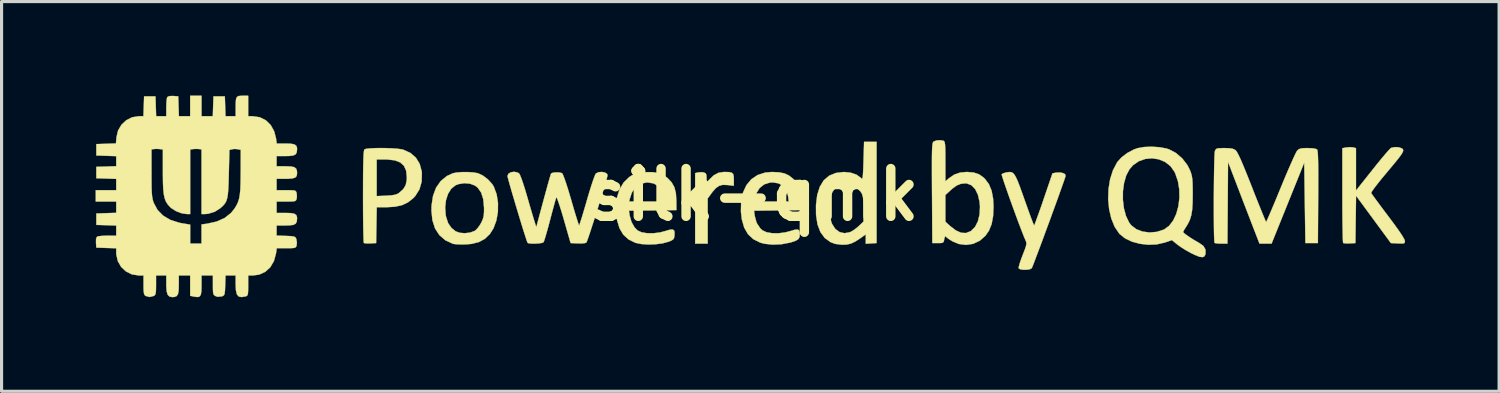
<source format=kicad_pcb>
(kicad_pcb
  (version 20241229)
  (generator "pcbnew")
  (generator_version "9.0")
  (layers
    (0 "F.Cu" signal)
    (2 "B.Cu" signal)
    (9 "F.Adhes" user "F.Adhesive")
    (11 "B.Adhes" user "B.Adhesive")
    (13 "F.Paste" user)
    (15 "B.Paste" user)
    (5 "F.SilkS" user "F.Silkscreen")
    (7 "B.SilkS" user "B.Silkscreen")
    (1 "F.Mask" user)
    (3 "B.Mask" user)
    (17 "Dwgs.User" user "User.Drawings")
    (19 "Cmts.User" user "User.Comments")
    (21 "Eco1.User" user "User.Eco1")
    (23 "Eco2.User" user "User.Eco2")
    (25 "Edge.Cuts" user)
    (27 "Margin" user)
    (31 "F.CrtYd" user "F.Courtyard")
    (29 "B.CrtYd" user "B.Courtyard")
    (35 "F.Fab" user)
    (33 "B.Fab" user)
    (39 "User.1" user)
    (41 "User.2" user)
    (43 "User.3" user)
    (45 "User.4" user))
  (footprint "silk-qmk"
    (layer "F.Cu")
    (at 20.978 3.162)
    (property "Reference" "silk-qmk" (at 0 0 0) (layer "F.SilkS") (effects (font (size 1.524 1.524) (thickness 0.3))))
    (attr through_hole)
    (fp_poly (pts (xy -0.773 -0.722) (xy -0.683 -0.703) (xy -0.636 -0.658) (xy -0.619 -0.574) (xy -0.617 -0.484) (xy -0.617 -0.287) (xy -0.826 -0.31) (xy -0.969 -0.315) (xy -1.085 -0.285) (xy -1.19 -0.213) (xy -1.3 -0.087) (xy -1.346 -0.025) (xy -1.451 0.12) (xy -1.451 1.56) (xy -1.851 1.56) (xy -1.851 -0.688) (xy -1.76 -0.711) (xy -1.65 -0.72) (xy -1.578 -0.711) (xy -1.52 -0.686) (xy -1.493 -0.636) (xy -1.487 -0.537) (xy -1.487 -0.535) (xy -1.485 -0.381) (xy -1.412 -0.47) (xy -1.264 -0.615) (xy -1.11 -0.698) (xy -0.934 -0.726) (xy -0.921 -0.726) (xy -0.773 -0.722)) (stroke (width 0.01) (type solid)) (fill yes) (layer "F.SilkS"))
    (fp_poly (pts (xy 0.823 -0.715) (xy 0.997 -0.68) (xy 1.141 -0.613) (xy 1.274 -0.508) (xy 1.286 -0.497) (xy 1.433 -0.307) (xy 1.523 -0.074) (xy 1.555 0.195) (xy 1.553 0.279) (xy 1.542 0.49) (xy 0.784 0.5) (xy 0.027 0.51) (xy 0.05 0.678) (xy 0.11 0.898) (xy 0.225 1.071) (xy 0.301 1.139) (xy 0.43 1.198) (xy 0.606 1.228) (xy 0.81 1.23) (xy 1.023 1.202) (xy 1.181 1.161) (xy 1.326 1.118) (xy 1.417 1.109) (xy 1.466 1.14) (xy 1.485 1.213) (xy 1.487 1.27) (xy 1.477 1.357) (xy 1.438 1.419) (xy 1.357 1.468) (xy 1.221 1.515) (xy 1.176 1.528) (xy 0.901 1.58) (xy 0.62 1.592) (xy 0.359 1.564) (xy 0.224 1.528) (xy 0.006 1.419) (xy -0.164 1.261) (xy -0.286 1.05) (xy -0.362 0.785) (xy -0.391 0.539) (xy -0.384 0.218) (xy 0.031 0.218) (xy 1.134 0.218) (xy 1.116 0.058) (xy 1.064 -0.132) (xy 0.959 -0.274) (xy 0.81 -0.363) (xy 0.624 -0.394) (xy 0.534 -0.388) (xy 0.35 -0.329) (xy 0.203 -0.211) (xy 0.098 -0.04) (xy 0.055 0.1) (xy 0.031 0.218) (xy -0.384 0.218) (xy -0.383 0.214) (xy -0.324 -0.069) (xy -0.215 -0.306) (xy -0.059 -0.493) (xy 0.141 -0.628) (xy 0.382 -0.706) (xy 0.599 -0.725) (xy 0.823 -0.715)) (stroke (width 0.01) (type solid)) (fill yes) (layer "F.SilkS"))
    (fp_poly (pts (xy -11.708 -1.487) (xy -11.521 -1.48) (xy -11.354 -1.468) (xy -11.222 -1.45) (xy -11.166 -1.438) (xy -10.938 -1.335) (xy -10.761 -1.183) (xy -10.639 -0.984) (xy -10.574 -0.742) (xy -10.569 -0.696) (xy -10.576 -0.419) (xy -10.646 -0.172) (xy -10.78 0.041) (xy -10.844 0.11) (xy -11.015 0.245) (xy -11.207 0.335) (xy -11.437 0.384) (xy -11.705 0.399) (xy -12.009 0.399) (xy -12.029 1.542) (xy -12.212 1.553) (xy -12.321 1.554) (xy -12.4 1.546) (xy -12.42 1.538) (xy -12.426 1.497) (xy -12.431 1.391) (xy -12.436 1.229) (xy -12.44 1.018) (xy -12.443 0.765) (xy -12.445 0.479) (xy -12.446 0.168) (xy -12.446 0.056) (xy -12.446 0.044) (xy -12.011 0.044) (xy -11.705 0.031) (xy -11.534 0.019) (xy -11.417 -0.001) (xy -11.335 -0.033) (xy -11.299 -0.057) (xy -11.164 -0.177) (xy -11.086 -0.304) (xy -11.053 -0.463) (xy -11.049 -0.562) (xy -11.071 -0.766) (xy -11.14 -0.921) (xy -11.26 -1.031) (xy -11.435 -1.097) (xy -11.668 -1.124) (xy -11.729 -1.125) (xy -12.011 -1.125) (xy -12.011 0.044) (xy -12.446 0.044) (xy -12.445 -0.336) (xy -12.444 -0.66) (xy -12.44 -0.921) (xy -12.435 -1.123) (xy -12.429 -1.273) (xy -12.42 -1.373) (xy -12.41 -1.429) (xy -12.402 -1.444) (xy -12.347 -1.464) (xy -12.234 -1.477) (xy -12.08 -1.486) (xy -11.899 -1.489) (xy -11.708 -1.487)) (stroke (width 0.01) (type solid)) (fill yes) (layer "F.SilkS"))
    (fp_poly (pts (xy 20.593 -1.514) (xy 20.692 -1.48) (xy 20.699 -1.476) (xy 20.726 -1.451) (xy 20.738 -1.42) (xy 20.73 -1.377) (xy 20.698 -1.315) (xy 20.637 -1.227) (xy 20.544 -1.107) (xy 20.413 -0.947) (xy 20.24 -0.74) (xy 20.185 -0.675) (xy 20.04 -0.501) (xy 19.915 -0.343) (xy 19.814 -0.212) (xy 19.746 -0.115) (xy 19.716 -0.062) (xy 19.716 -0.056) (xy 19.741 -0.016) (xy 19.805 0.073) (xy 19.9 0.203) (xy 20.02 0.365) (xy 20.159 0.551) (xy 20.262 0.687) (xy 20.454 0.945) (xy 20.605 1.155) (xy 20.712 1.316) (xy 20.774 1.425) (xy 20.792 1.476) (xy 20.788 1.524) (xy 20.764 1.549) (xy 20.704 1.557) (xy 20.59 1.554) (xy 20.568 1.553) (xy 20.344 1.542) (xy 19.233 0.031) (xy 19.213 1.542) (xy 19.03 1.553) (xy 18.921 1.554) (xy 18.842 1.546) (xy 18.822 1.538) (xy 18.816 1.497) (xy 18.811 1.391) (xy 18.807 1.229) (xy 18.803 1.017) (xy 18.799 0.763) (xy 18.797 0.476) (xy 18.796 0.162) (xy 18.796 0.014) (xy 18.796 -1.484) (xy 18.923 -1.508) (xy 19.037 -1.518) (xy 19.138 -1.51) (xy 19.14 -1.509) (xy 19.231 -1.486) (xy 19.231 -0.133) (xy 19.762 -0.801) (xy 19.914 -0.992) (xy 20.055 -1.163) (xy 20.176 -1.307) (xy 20.272 -1.416) (xy 20.333 -1.48) (xy 20.351 -1.494) (xy 20.467 -1.519) (xy 20.593 -1.514)) (stroke (width 0.01) (type solid)) (fill yes) (layer "F.SilkS"))
    (fp_poly (pts (xy -3.196 -0.719) (xy -3.007 -0.688) (xy -2.851 -0.621) (xy -2.737 -0.537) (xy -2.602 -0.395) (xy -2.514 -0.239) (xy -2.466 -0.051) (xy -2.451 0.181) (xy -2.449 0.49) (xy -3.207 0.5) (xy -3.964 0.509) (xy -3.94 0.663) (xy -3.883 0.867) (xy -3.787 1.039) (xy -3.688 1.14) (xy -3.562 1.198) (xy -3.388 1.228) (xy -3.186 1.23) (xy -2.975 1.204) (xy -2.812 1.161) (xy -2.663 1.117) (xy -2.571 1.109) (xy -2.522 1.14) (xy -2.507 1.216) (xy -2.51 1.292) (xy -2.522 1.375) (xy -2.553 1.427) (xy -2.622 1.468) (xy -2.703 1.5) (xy -2.89 1.551) (xy -3.115 1.58) (xy -3.35 1.588) (xy -3.571 1.573) (xy -3.752 1.535) (xy -3.766 1.53) (xy -3.98 1.424) (xy -4.145 1.272) (xy -4.264 1.07) (xy -4.342 0.813) (xy -4.36 0.703) (xy -4.38 0.385) (xy -4.361 0.218) (xy -3.957 0.218) (xy -2.822 0.218) (xy -2.847 0.082) (xy -2.913 -0.121) (xy -3.024 -0.27) (xy -3.176 -0.361) (xy -3.363 -0.391) (xy -3.415 -0.389) (xy -3.608 -0.341) (xy -3.76 -0.234) (xy -3.871 -0.067) (xy -3.933 0.118) (xy -3.957 0.218) (xy -4.361 0.218) (xy -4.346 0.092) (xy -4.263 -0.17) (xy -4.132 -0.39) (xy -3.957 -0.561) (xy -3.904 -0.597) (xy -3.796 -0.657) (xy -3.695 -0.693) (xy -3.571 -0.712) (xy -3.435 -0.721) (xy -3.196 -0.719)) (stroke (width 0.01) (type solid)) (fill yes) (layer "F.SilkS"))
    (fp_poly (pts (xy -8.925 -0.711) (xy -8.785 -0.686) (xy -8.776 -0.684) (xy -8.619 -0.609) (xy -8.462 -0.489) (xy -8.331 -0.346) (xy -8.275 -0.258) (xy -8.184 -0.012) (xy -8.141 0.261) (xy -8.144 0.545) (xy -8.192 0.82) (xy -8.283 1.068) (xy -8.399 1.252) (xy -8.559 1.406) (xy -8.751 1.51) (xy -8.986 1.569) (xy -9.18 1.585) (xy -9.334 1.586) (xy -9.47 1.58) (xy -9.564 1.569) (xy -9.58 1.565) (xy -9.821 1.452) (xy -10.011 1.288) (xy -10.149 1.076) (xy -10.233 0.815) (xy -10.264 0.507) (xy -10.261 0.404) (xy -9.827 0.404) (xy -9.809 0.648) (xy -9.799 0.697) (xy -9.733 0.904) (xy -9.625 1.061) (xy -9.492 1.167) (xy -9.362 1.215) (xy -9.198 1.228) (xy -9.031 1.208) (xy -8.891 1.157) (xy -8.862 1.139) (xy -8.788 1.064) (xy -8.71 0.954) (xy -8.672 0.887) (xy -8.624 0.779) (xy -8.597 0.676) (xy -8.586 0.55) (xy -8.586 0.411) (xy -8.611 0.142) (xy -8.678 -0.068) (xy -8.787 -0.224) (xy -8.873 -0.291) (xy -9.033 -0.352) (xy -9.22 -0.368) (xy -9.406 -0.337) (xy -9.497 -0.3) (xy -9.632 -0.191) (xy -9.734 -0.029) (xy -9.8 0.174) (xy -9.827 0.404) (xy -10.261 0.404) (xy -10.26 0.343) (xy -10.213 0.035) (xy -10.115 -0.226) (xy -9.967 -0.437) (xy -9.772 -0.596) (xy -9.583 -0.684) (xy -9.458 -0.709) (xy -9.289 -0.722) (xy -9.102 -0.723) (xy -8.925 -0.711)) (stroke (width 0.01) (type solid)) (fill yes) (layer "F.SilkS"))
    (fp_poly (pts (xy 3.937 1.542) (xy 3.765 1.553) (xy 3.592 1.564) (xy 3.592 1.264) (xy 3.42 1.387) (xy 3.26 1.492) (xy 3.127 1.556) (xy 2.995 1.588) (xy 2.839 1.596) (xy 2.838 1.596) (xy 2.612 1.568) (xy 2.467 1.512) (xy 2.283 1.379) (xy 2.144 1.19) (xy 2.052 0.945) (xy 2.006 0.645) (xy 2.004 0.418) (xy 2.449 0.418) (xy 2.453 0.616) (xy 2.467 0.76) (xy 2.494 0.872) (xy 2.518 0.935) (xy 2.622 1.094) (xy 2.758 1.193) (xy 2.915 1.228) (xy 3.085 1.196) (xy 3.131 1.175) (xy 3.229 1.114) (xy 3.339 1.027) (xy 3.384 0.986) (xy 3.52 0.856) (xy 3.52 0.445) (xy 3.517 0.238) (xy 3.504 0.088) (xy 3.474 -0.022) (xy 3.422 -0.106) (xy 3.34 -0.181) (xy 3.238 -0.253) (xy 3.055 -0.341) (xy 2.884 -0.359) (xy 2.73 -0.306) (xy 2.595 -0.185) (xy 2.534 -0.094) (xy 2.494 -0.014) (xy 2.469 0.068) (xy 2.455 0.172) (xy 2.45 0.319) (xy 2.449 0.418) (xy 2.004 0.418) (xy 2.004 0.327) (xy 2.043 0.008) (xy 2.126 -0.254) (xy 2.252 -0.459) (xy 2.423 -0.606) (xy 2.637 -0.694) (xy 2.894 -0.725) (xy 2.895 -0.725) (xy 3.111 -0.703) (xy 3.297 -0.639) (xy 3.434 -0.54) (xy 3.45 -0.523) (xy 3.469 -0.507) (xy 3.483 -0.519) (xy 3.495 -0.567) (xy 3.503 -0.659) (xy 3.511 -0.804) (xy 3.518 -1.011) (xy 3.52 -1.074) (xy 3.538 -1.687) (xy 3.937 -1.687) (xy 3.937 1.542)) (stroke (width 0.01) (type solid)) (fill yes) (layer "F.SilkS"))
    (fp_poly (pts (xy 8.219 -0.722) (xy 8.274 -0.702) (xy 8.325 -0.654) (xy 8.376 -0.572) (xy 8.434 -0.448) (xy 8.501 -0.275) (xy 8.584 -0.046) (xy 8.656 0.159) (xy 8.738 0.388) (xy 8.811 0.592) (xy 8.874 0.763) (xy 8.923 0.89) (xy 8.954 0.964) (xy 8.963 0.979) (xy 8.979 0.946) (xy 9.015 0.854) (xy 9.067 0.712) (xy 9.133 0.529) (xy 9.208 0.315) (xy 9.265 0.148) (xy 9.549 -0.683) (xy 9.669 -0.705) (xy 9.785 -0.71) (xy 9.886 -0.69) (xy 9.954 -0.652) (xy 9.965 -0.598) (xy 9.958 -0.571) (xy 9.929 -0.482) (xy 9.879 -0.339) (xy 9.813 -0.153) (xy 9.734 0.069) (xy 9.644 0.317) (xy 9.547 0.583) (xy 9.447 0.858) (xy 9.345 1.133) (xy 9.247 1.4) (xy 9.154 1.651) (xy 9.069 1.875) (xy 8.997 2.066) (xy 8.941 2.214) (xy 8.902 2.31) (xy 8.886 2.345) (xy 8.826 2.377) (xy 8.728 2.393) (xy 8.619 2.394) (xy 8.525 2.38) (xy 8.472 2.35) (xy 8.47 2.346) (xy 8.475 2.294) (xy 8.503 2.191) (xy 8.55 2.053) (xy 8.596 1.931) (xy 8.66 1.767) (xy 8.699 1.655) (xy 8.716 1.578) (xy 8.715 1.523) (xy 8.697 1.473) (xy 8.693 1.463) (xy 8.655 1.376) (xy 8.6 1.239) (xy 8.532 1.063) (xy 8.454 0.857) (xy 8.371 0.632) (xy 8.285 0.397) (xy 8.201 0.164) (xy 8.122 -0.058) (xy 8.052 -0.259) (xy 7.994 -0.429) (xy 7.952 -0.558) (xy 7.93 -0.635) (xy 7.928 -0.653) (xy 7.975 -0.681) (xy 8.062 -0.708) (xy 8.078 -0.711) (xy 8.155 -0.723) (xy 8.219 -0.722)) (stroke (width 0.01) (type solid)) (fill yes) (layer "F.SilkS"))
    (fp_poly (pts (xy 6.075 -1.72) (xy 6.096 -1.703) (xy 6.111 -1.664) (xy 6.122 -1.594) (xy 6.128 -1.482) (xy 6.131 -1.319) (xy 6.132 -1.094) (xy 6.132 -1.063) (xy 6.132 -0.429) (xy 6.25 -0.528) (xy 6.419 -0.644) (xy 6.6 -0.706) (xy 6.818 -0.726) (xy 6.822 -0.726) (xy 7.036 -0.708) (xy 7.207 -0.65) (xy 7.356 -0.543) (xy 7.393 -0.507) (xy 7.52 -0.337) (xy 7.607 -0.127) (xy 7.655 0.131) (xy 7.668 0.381) (xy 7.654 0.686) (xy 7.607 0.937) (xy 7.523 1.145) (xy 7.409 1.31) (xy 7.229 1.468) (xy 7.018 1.566) (xy 6.791 1.601) (xy 6.56 1.571) (xy 6.362 1.488) (xy 6.255 1.423) (xy 6.175 1.364) (xy 6.144 1.334) (xy 6.12 1.329) (xy 6.1 1.394) (xy 6.096 1.415) (xy 6.082 1.49) (xy 6.053 1.528) (xy 5.99 1.541) (xy 5.896 1.542) (xy 5.715 1.542) (xy 5.706 0.009) (xy 6.132 0.009) (xy 6.132 0.862) (xy 6.281 0.997) (xy 6.466 1.139) (xy 6.633 1.214) (xy 6.788 1.222) (xy 6.935 1.165) (xy 6.955 1.152) (xy 7.08 1.026) (xy 7.17 0.847) (xy 7.223 0.628) (xy 7.236 0.381) (xy 7.222 0.225) (xy 7.168 -0.006) (xy 7.08 -0.183) (xy 6.962 -0.303) (xy 6.819 -0.359) (xy 6.765 -0.363) (xy 6.623 -0.347) (xy 6.493 -0.295) (xy 6.355 -0.194) (xy 6.296 -0.142) (xy 6.132 0.009) (xy 5.706 0.009) (xy 5.705 -0.054) (xy 5.703 -0.438) (xy 5.702 -0.756) (xy 5.702 -1.014) (xy 5.703 -1.219) (xy 5.706 -1.377) (xy 5.71 -1.494) (xy 5.717 -1.578) (xy 5.725 -1.634) (xy 5.736 -1.669) (xy 5.75 -1.689) (xy 5.758 -1.696) (xy 5.854 -1.733) (xy 5.978 -1.74) (xy 6.075 -1.72)) (stroke (width 0.01) (type solid)) (fill yes) (layer "F.SilkS"))
    (fp_poly (pts (xy 17.862 -1.48) (xy 17.964 -1.458) (xy 17.994 -1.438) (xy 18.005 -1.4) (xy 18.014 -1.312) (xy 18.02 -1.171) (xy 18.025 -0.974) (xy 18.027 -0.715) (xy 18.027 -0.393) (xy 18.026 -0.002) (xy 18.025 0.077) (xy 18.016 1.542) (xy 17.617 1.542) (xy 17.58 -1.022) (xy 17.059 0.269) (xy 16.538 1.56) (xy 16.153 1.56) (xy 15.974 1.098) (xy 15.907 0.926) (xy 15.822 0.704) (xy 15.723 0.448) (xy 15.618 0.176) (xy 15.514 -0.096) (xy 15.472 -0.206) (xy 15.149 -1.048) (xy 15.14 0.256) (xy 15.13 1.56) (xy 14.937 1.56) (xy 14.824 1.556) (xy 14.744 1.545) (xy 14.72 1.536) (xy 14.713 1.494) (xy 14.707 1.388) (xy 14.702 1.229) (xy 14.699 1.026) (xy 14.697 0.788) (xy 14.696 0.526) (xy 14.696 0.248) (xy 14.697 -0.036) (xy 14.699 -0.317) (xy 14.702 -0.584) (xy 14.706 -0.829) (xy 14.711 -1.042) (xy 14.716 -1.213) (xy 14.723 -1.333) (xy 14.731 -1.393) (xy 14.731 -1.395) (xy 14.754 -1.442) (xy 14.789 -1.47) (xy 14.853 -1.483) (xy 14.965 -1.487) (xy 15.035 -1.488) (xy 15.192 -1.483) (xy 15.298 -1.466) (xy 15.372 -1.432) (xy 15.391 -1.419) (xy 15.426 -1.375) (xy 15.475 -1.287) (xy 15.54 -1.152) (xy 15.622 -0.963) (xy 15.723 -0.717) (xy 15.846 -0.41) (xy 15.913 -0.24) (xy 16.017 0.026) (xy 16.114 0.269) (xy 16.2 0.482) (xy 16.271 0.656) (xy 16.324 0.783) (xy 16.356 0.855) (xy 16.365 0.869) (xy 16.382 0.837) (xy 16.424 0.745) (xy 16.486 0.602) (xy 16.565 0.416) (xy 16.659 0.193) (xy 16.762 -0.057) (xy 16.832 -0.227) (xy 16.943 -0.496) (xy 17.049 -0.746) (xy 17.146 -0.968) (xy 17.229 -1.155) (xy 17.295 -1.296) (xy 17.34 -1.383) (xy 17.355 -1.406) (xy 17.405 -1.45) (xy 17.469 -1.475) (xy 17.567 -1.486) (xy 17.691 -1.488) (xy 17.862 -1.48)) (stroke (width 0.01) (type solid)) (fill yes) (layer "F.SilkS"))
    (fp_poly (pts (xy 12.956 -1.516) (xy 13.178 -1.476) (xy 13.262 -1.45) (xy 13.488 -1.331) (xy 13.691 -1.156) (xy 13.854 -0.942) (xy 13.937 -0.777) (xy 13.971 -0.684) (xy 13.994 -0.596) (xy 14.01 -0.494) (xy 14.018 -0.364) (xy 14.022 -0.19) (xy 14.023 -0.018) (xy 14.019 0.259) (xy 14.005 0.479) (xy 13.976 0.656) (xy 13.93 0.805) (xy 13.863 0.941) (xy 13.804 1.034) (xy 13.75 1.12) (xy 13.719 1.179) (xy 13.716 1.19) (xy 13.745 1.225) (xy 13.822 1.285) (xy 13.931 1.36) (xy 14.058 1.44) (xy 14.187 1.515) (xy 14.224 1.535) (xy 14.362 1.633) (xy 14.43 1.75) (xy 14.431 1.888) (xy 14.428 1.9) (xy 14.395 1.966) (xy 14.333 1.992) (xy 14.234 1.978) (xy 14.091 1.921) (xy 13.957 1.855) (xy 13.804 1.77) (xy 13.652 1.675) (xy 13.533 1.59) (xy 13.523 1.582) (xy 13.36 1.448) (xy 13.13 1.526) (xy 12.876 1.584) (xy 12.606 1.596) (xy 12.336 1.565) (xy 12.082 1.496) (xy 11.861 1.39) (xy 11.689 1.252) (xy 11.678 1.239) (xy 11.532 1.023) (xy 11.425 0.759) (xy 11.356 0.461) (xy 11.328 0.165) (xy 11.795 0.165) (xy 11.827 0.433) (xy 11.893 0.678) (xy 11.991 0.883) (xy 12.06 0.974) (xy 12.219 1.098) (xy 12.419 1.175) (xy 12.643 1.205) (xy 12.876 1.185) (xy 13.099 1.113) (xy 13.11 1.108) (xy 13.268 0.994) (xy 13.398 0.825) (xy 13.498 0.612) (xy 13.565 0.368) (xy 13.598 0.104) (xy 13.594 -0.166) (xy 13.551 -0.431) (xy 13.466 -0.678) (xy 13.442 -0.73) (xy 13.312 -0.913) (xy 13.141 -1.046) (xy 12.942 -1.129) (xy 12.728 -1.162) (xy 12.511 -1.142) (xy 12.304 -1.07) (xy 12.121 -0.944) (xy 12.008 -0.816) (xy 11.902 -0.617) (xy 11.832 -0.377) (xy 11.796 -0.111) (xy 11.795 0.165) (xy 11.328 0.165) (xy 11.326 0.145) (xy 11.336 -0.177) (xy 11.386 -0.489) (xy 11.477 -0.777) (xy 11.608 -1.028) (xy 11.618 -1.043) (xy 11.753 -1.193) (xy 11.936 -1.332) (xy 12.142 -1.441) (xy 12.264 -1.485) (xy 12.468 -1.522) (xy 12.709 -1.532) (xy 12.956 -1.516)) (stroke (width 0.01) (type solid)) (fill yes) (layer "F.SilkS"))
    (fp_poly (pts (xy -7.522 -0.711) (xy -7.468 -0.68) (xy -7.44 -0.632) (xy -7.397 -0.526) (xy -7.344 -0.374) (xy -7.284 -0.187) (xy -7.223 0.018) (xy -7.159 0.239) (xy -7.098 0.449) (xy -7.044 0.632) (xy -7.001 0.775) (xy -6.977 0.853) (xy -6.919 1.034) (xy -6.691 0.186) (xy -6.626 -0.051) (xy -6.568 -0.263) (xy -6.518 -0.442) (xy -6.479 -0.577) (xy -6.453 -0.659) (xy -6.445 -0.679) (xy -6.383 -0.704) (xy -6.283 -0.714) (xy -6.178 -0.709) (xy -6.102 -0.689) (xy -6.093 -0.683) (xy -6.067 -0.635) (xy -6.025 -0.528) (xy -5.971 -0.372) (xy -5.908 -0.176) (xy -5.841 0.047) (xy -5.804 0.172) (xy -5.738 0.401) (xy -5.677 0.605) (xy -5.625 0.774) (xy -5.585 0.898) (xy -5.56 0.968) (xy -5.553 0.98) (xy -5.538 0.946) (xy -5.507 0.853) (xy -5.461 0.709) (xy -5.406 0.524) (xy -5.342 0.309) (xy -5.303 0.172) (xy -5.232 -0.07) (xy -5.165 -0.285) (xy -5.106 -0.462) (xy -5.058 -0.593) (xy -5.024 -0.668) (xy -5.015 -0.68) (xy -4.928 -0.719) (xy -4.825 -0.727) (xy -4.728 -0.708) (xy -4.662 -0.665) (xy -4.646 -0.622) (xy -4.657 -0.568) (xy -4.687 -0.458) (xy -4.732 -0.3) (xy -4.79 -0.107) (xy -4.857 0.113) (xy -4.93 0.347) (xy -5.005 0.586) (xy -5.08 0.819) (xy -5.15 1.035) (xy -5.212 1.225) (xy -5.264 1.377) (xy -5.302 1.481) (xy -5.322 1.527) (xy -5.323 1.527) (xy -5.376 1.545) (xy -5.478 1.554) (xy -5.592 1.553) (xy -5.824 1.542) (xy -6.04 0.789) (xy -6.104 0.571) (xy -6.163 0.383) (xy -6.213 0.232) (xy -6.251 0.128) (xy -6.275 0.082) (xy -6.279 0.081) (xy -6.296 0.13) (xy -6.327 0.236) (xy -6.369 0.39) (xy -6.42 0.578) (xy -6.476 0.79) (xy -6.478 0.798) (xy -6.534 1.011) (xy -6.587 1.2) (xy -6.632 1.355) (xy -6.667 1.464) (xy -6.687 1.514) (xy -6.687 1.515) (xy -6.738 1.537) (xy -6.834 1.552) (xy -6.953 1.56) (xy -7.069 1.56) (xy -7.159 1.55) (xy -7.197 1.533) (xy -7.217 1.483) (xy -7.253 1.376) (xy -7.303 1.22) (xy -7.364 1.027) (xy -7.431 0.808) (xy -7.502 0.573) (xy -7.574 0.334) (xy -7.643 0.1) (xy -7.707 -0.116) (xy -7.761 -0.305) (xy -7.803 -0.456) (xy -7.83 -0.558) (xy -7.838 -0.598) (xy -7.807 -0.67) (xy -7.729 -0.716) (xy -7.626 -0.731) (xy -7.522 -0.711)) (stroke (width 0.01) (type solid)) (fill yes) (layer "F.SilkS"))
    (fp_poly (pts (xy -17.599 -2.504) (xy -17.239 -2.504) (xy -17.218 -3.139) (xy -16.855 -3.139) (xy -16.834 -2.504) (xy -16.51 -2.504) (xy -16.51 -2.773) (xy -16.508 -2.943) (xy -16.497 -3.054) (xy -16.469 -3.118) (xy -16.417 -3.148) (xy -16.333 -3.156) (xy -16.288 -3.157) (xy -16.111 -3.157) (xy -16.111 -2.504) (xy -15.965 -2.504) (xy -15.741 -2.471) (xy -15.548 -2.375) (xy -15.392 -2.224) (xy -15.281 -2.024) (xy -15.224 -1.805) (xy -15.199 -1.633) (xy -14.918 -1.633) (xy -14.748 -1.627) (xy -14.638 -1.606) (xy -14.577 -1.565) (xy -14.553 -1.498) (xy -14.551 -1.46) (xy -14.56 -1.356) (xy -14.596 -1.289) (xy -14.671 -1.252) (xy -14.798 -1.236) (xy -14.915 -1.234) (xy -15.204 -1.234) (xy -15.204 -0.907) (xy -14.915 -0.907) (xy -14.748 -0.901) (xy -14.64 -0.879) (xy -14.58 -0.832) (xy -14.554 -0.754) (xy -14.551 -0.681) (xy -14.563 -0.601) (xy -14.606 -0.55) (xy -14.694 -0.521) (xy -14.836 -0.509) (xy -14.921 -0.508) (xy -15.204 -0.508) (xy -15.204 -0.145) (xy -14.896 -0.145) (xy -14.746 -0.144) (xy -14.654 -0.138) (xy -14.603 -0.123) (xy -14.578 -0.094) (xy -14.565 -0.054) (xy -14.556 0.055) (xy -14.565 0.127) (xy -14.58 0.171) (xy -14.607 0.198) (xy -14.663 0.212) (xy -14.762 0.217) (xy -14.896 0.218) (xy -15.204 0.218) (xy -15.204 0.581) (xy -14.921 0.581) (xy -14.75 0.586) (xy -14.639 0.607) (xy -14.578 0.647) (xy -14.553 0.714) (xy -14.551 0.753) (xy -14.56 0.857) (xy -14.596 0.924) (xy -14.671 0.962) (xy -14.798 0.977) (xy -14.915 0.98) (xy -15.204 0.98) (xy -15.204 1.303) (xy -14.905 1.314) (xy -14.758 1.32) (xy -14.667 1.331) (xy -14.615 1.35) (xy -14.588 1.383) (xy -14.573 1.419) (xy -14.556 1.528) (xy -14.564 1.61) (xy -14.579 1.656) (xy -14.605 1.685) (xy -14.658 1.699) (xy -14.753 1.705) (xy -14.894 1.705) (xy -15.199 1.705) (xy -15.224 1.878) (xy -15.29 2.117) (xy -15.405 2.314) (xy -15.565 2.459) (xy -15.761 2.549) (xy -15.965 2.576) (xy -16.111 2.576) (xy -16.111 2.899) (xy -16.112 3.053) (xy -16.118 3.15) (xy -16.132 3.204) (xy -16.159 3.231) (xy -16.192 3.243) (xy -16.323 3.265) (xy -16.414 3.246) (xy -16.471 3.177) (xy -16.501 3.052) (xy -16.51 2.864) (xy -16.51 2.576) (xy -16.834 2.576) (xy -16.844 2.893) (xy -16.85 3.045) (xy -16.86 3.141) (xy -16.877 3.196) (xy -16.907 3.225) (xy -16.953 3.244) (xy -17.083 3.256) (xy -17.144 3.237) (xy -17.188 3.212) (xy -17.216 3.178) (xy -17.23 3.117) (xy -17.235 3.014) (xy -17.236 2.885) (xy -17.236 2.576) (xy -17.599 2.576) (xy -17.599 2.9) (xy -17.603 3.075) (xy -17.621 3.187) (xy -17.66 3.247) (xy -17.727 3.265) (xy -17.831 3.252) (xy -17.853 3.247) (xy -17.961 3.224) (xy -17.961 2.576) (xy -18.324 2.576) (xy -18.324 2.883) (xy -18.329 3.056) (xy -18.35 3.168) (xy -18.391 3.232) (xy -18.461 3.261) (xy -18.537 3.266) (xy -18.622 3.248) (xy -18.679 3.19) (xy -18.711 3.082) (xy -18.723 2.914) (xy -18.723 2.864) (xy -18.723 2.576) (xy -19.05 2.576) (xy -19.05 2.883) (xy -19.052 3.037) (xy -19.06 3.134) (xy -19.078 3.19) (xy -19.109 3.222) (xy -19.12 3.228) (xy -19.254 3.263) (xy -19.384 3.228) (xy -19.386 3.227) (xy -19.418 3.196) (xy -19.437 3.139) (xy -19.447 3.041) (xy -19.449 2.885) (xy -19.449 2.576) (xy -19.603 2.575) (xy -19.821 2.541) (xy -20.011 2.446) (xy -20.165 2.301) (xy -20.27 2.117) (xy -20.318 1.904) (xy -20.32 1.853) (xy -20.32 1.708) (xy -20.637 1.698) (xy -20.955 1.687) (xy -20.966 1.528) (xy -20.963 1.404) (xy -20.932 1.339) (xy -20.93 1.338) (xy -20.873 1.323) (xy -20.764 1.312) (xy -20.626 1.307) (xy -20.601 1.307) (xy -20.32 1.306) (xy -20.32 0.983) (xy -20.637 0.972) (xy -20.955 0.962) (xy -20.955 0.599) (xy -20.637 0.588) (xy -20.32 0.578) (xy -20.32 0.218) (xy -20.973 0.218) (xy -20.973 -0.145) (xy -20.32 -0.145) (xy -20.32 -0.505) (xy -20.637 -0.516) (xy -20.955 -0.526) (xy -20.955 -0.889) (xy -20.637 -0.899) (xy -20.32 -0.91) (xy -20.32 -1.231) (xy -20.637 -1.241) (xy -20.955 -1.252) (xy -20.955 -1.446) (xy -19.195 -1.446) (xy -19.195 -0.688) (xy -19.194 -0.427) (xy -19.192 -0.226) (xy -19.186 -0.074) (xy -19.177 0.04) (xy -19.162 0.13) (xy -19.143 0.206) (xy -19.123 0.263) (xy -19.002 0.487) (xy -18.823 0.668) (xy -18.59 0.805) (xy -18.305 0.895) (xy -18.219 0.912) (xy -17.961 0.954) (xy -17.961 1.56) (xy -17.599 1.56) (xy -17.599 0.948) (xy -17.426 0.925) (xy -17.117 0.857) (xy -16.863 0.744) (xy -16.66 0.584) (xy -16.546 0.442) (xy -16.483 0.34) (xy -16.436 0.24) (xy -16.401 0.129) (xy -16.377 -0.003) (xy -16.361 -0.17) (xy -16.353 -0.382) (xy -16.35 -0.652) (xy -16.349 -0.724) (xy -16.347 -1.43) (xy -16.437 -1.452) (xy -16.547 -1.461) (xy -16.619 -1.451) (xy -16.71 -1.428) (xy -16.728 -0.669) (xy -16.735 -0.392) (xy -16.745 -0.177) (xy -16.759 -0.012) (xy -16.78 0.112) (xy -16.811 0.206) (xy -16.854 0.282) (xy -16.912 0.35) (xy -16.989 0.421) (xy -16.997 0.428) (xy -17.179 0.544) (xy -17.391 0.608) (xy -17.499 0.617) (xy -17.599 0.617) (xy -17.599 -1.446) (xy -17.68 -1.458) (xy -17.781 -1.462) (xy -17.862 -1.457) (xy -17.961 -1.443) (xy -17.961 0.617) (xy -18.064 0.617) (xy -18.235 0.591) (xy -18.415 0.522) (xy -18.568 0.424) (xy -18.607 0.388) (xy -18.679 0.306) (xy -18.734 0.219) (xy -18.775 0.115) (xy -18.802 -0.015) (xy -18.82 -0.182) (xy -18.829 -0.398) (xy -18.832 -0.673) (xy -18.832 -0.744) (xy -18.832 -1.443) (xy -18.932 -1.457) (xy -19.04 -1.463) (xy -19.113 -1.458) (xy -19.195 -1.446) (xy -20.955 -1.446) (xy -20.955 -1.615) (xy -20.329 -1.636) (xy -20.312 -1.835) (xy -20.262 -2.047) (xy -20.154 -2.231) (xy -20.001 -2.375) (xy -19.814 -2.47) (xy -19.606 -2.504) (xy -19.452 -2.504) (xy -19.431 -3.139) (xy -19.068 -3.139) (xy -19.047 -2.504) (xy -18.723 -2.504) (xy -18.723 -2.785) (xy -18.719 -2.926) (xy -18.709 -3.041) (xy -18.695 -3.108) (xy -18.692 -3.114) (xy -18.631 -3.146) (xy -18.51 -3.151) (xy -18.502 -3.15) (xy -18.342 -3.139) (xy -18.321 -2.504) (xy -17.961 -2.504) (xy -17.961 -3.157) (xy -17.599 -3.157) (xy -17.599 -2.504)) (stroke (width 0.01) (type solid)) (fill yes) (layer "F.SilkS")))
  (gr_rect
    (start -3 -3)
    (end 44.775 9.433)
    (stroke (width 0.1) (type default))
    (fill no)
    (layer "Edge.Cuts")))
</source>
